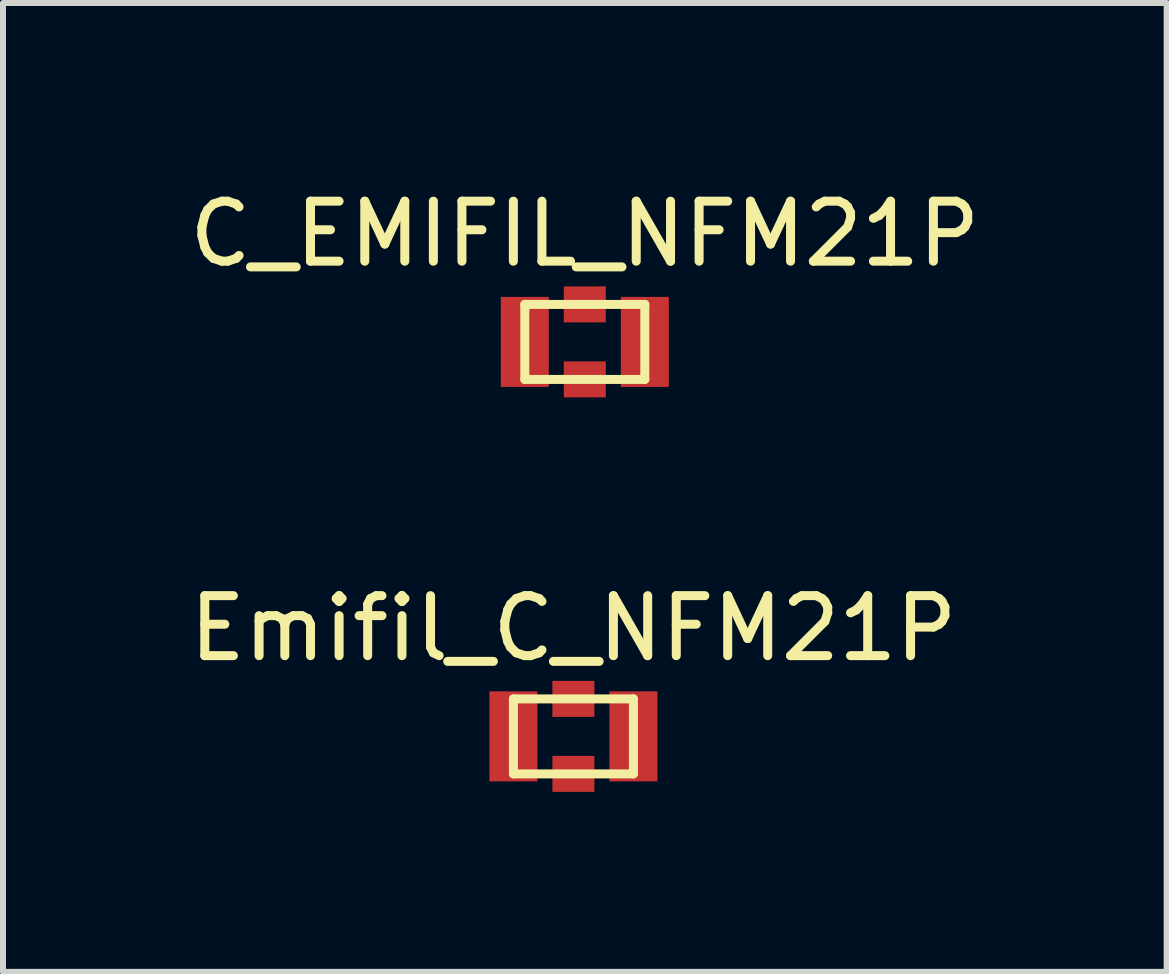
<source format=kicad_pcb>
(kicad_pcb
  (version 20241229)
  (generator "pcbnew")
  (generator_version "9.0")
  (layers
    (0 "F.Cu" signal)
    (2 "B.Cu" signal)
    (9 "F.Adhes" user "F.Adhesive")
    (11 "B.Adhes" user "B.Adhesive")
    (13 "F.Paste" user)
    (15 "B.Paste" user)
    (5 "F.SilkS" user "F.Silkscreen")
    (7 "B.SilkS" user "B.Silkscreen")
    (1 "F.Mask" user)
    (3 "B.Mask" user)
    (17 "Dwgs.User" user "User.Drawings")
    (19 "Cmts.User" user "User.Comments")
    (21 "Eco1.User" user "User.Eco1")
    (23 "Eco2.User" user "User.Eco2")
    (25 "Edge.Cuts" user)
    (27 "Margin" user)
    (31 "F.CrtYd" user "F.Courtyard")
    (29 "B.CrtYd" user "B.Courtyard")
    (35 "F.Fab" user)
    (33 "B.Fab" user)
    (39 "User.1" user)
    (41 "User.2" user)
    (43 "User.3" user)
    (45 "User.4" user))
  (footprint "Emifil_C_NFM21P"
    (layer "F.Cu")
    (at 6.506 9.222)
    (property "Reference" "Emifil_C_NFM21P" (at 0 -1.8 0) (layer "F.SilkS") (effects (font (size 1 1) (thickness 0.15))))
    (attr through_hole)
    (fp_line (start -1 -0.625) (end -1 0.625) (stroke (width 0.15) (type solid)) (layer "F.SilkS"))
    (fp_line (start -1 0.625) (end 1 0.625) (stroke (width 0.15) (type solid)) (layer "F.SilkS"))
    (fp_line (start 1 -0.625) (end -1 -0.625) (stroke (width 0.15) (type solid)) (layer "F.SilkS"))
    (fp_line (start 1 0.625) (end 1 -0.625) (stroke (width 0.15) (type solid)) (layer "F.SilkS"))
    (pad "1" smd rect (at -1 0 90) (size 1.5 0.8) (layers "F.Cu" "F.Mask" "F.Paste"))
    (pad "2" smd rect (at 0 -0.625 90) (size 0.6 0.7) (layers "F.Cu" "F.Mask" "F.Paste"))
    (pad "2" smd rect (at 0 0.625 90) (size 0.6 0.7) (layers "F.Cu" "F.Mask" "F.Paste"))
    (pad "3" smd rect (at 1 0 90) (size 1.5 0.8) (layers "F.Cu" "F.Mask" "F.Paste")))
  (footprint "C_EMIFIL_NFM21P"
    (layer "F.Cu")
    (at 6.696 2.648)
    (property "Reference" "C_EMIFIL_NFM21P" (at 0 -1.8 0) (layer "F.SilkS") (effects (font (size 1 1) (thickness 0.15))))
    (attr through_hole)
    (fp_line (start -1 -0.625) (end -1 0.625) (stroke (width 0.15) (type solid)) (layer "F.SilkS"))
    (fp_line (start -1 0.625) (end 1 0.625) (stroke (width 0.15) (type solid)) (layer "F.SilkS"))
    (fp_line (start 1 -0.625) (end -1 -0.625) (stroke (width 0.15) (type solid)) (layer "F.SilkS"))
    (fp_line (start 1 0.625) (end 1 -0.625) (stroke (width 0.15) (type solid)) (layer "F.SilkS"))
    (pad "1" smd rect (at -1 0 90) (size 1.5 0.8) (layers "F.Cu" "F.Mask" "F.Paste"))
    (pad "2" smd rect (at 0 -0.625 90) (size 0.6 0.7) (layers "F.Cu" "F.Mask" "F.Paste"))
    (pad "2" smd rect (at 0 0.625 90) (size 0.6 0.7) (layers "F.Cu" "F.Mask" "F.Paste"))
    (pad "3" smd rect (at 1 0 90) (size 1.5 0.8) (layers "F.Cu" "F.Mask" "F.Paste")))
  (gr_rect
    (start -3 -3)
    (end 16.393 13.146)
    (stroke (width 0.1) (type default))
    (fill no)
    (layer "Edge.Cuts")))
</source>
